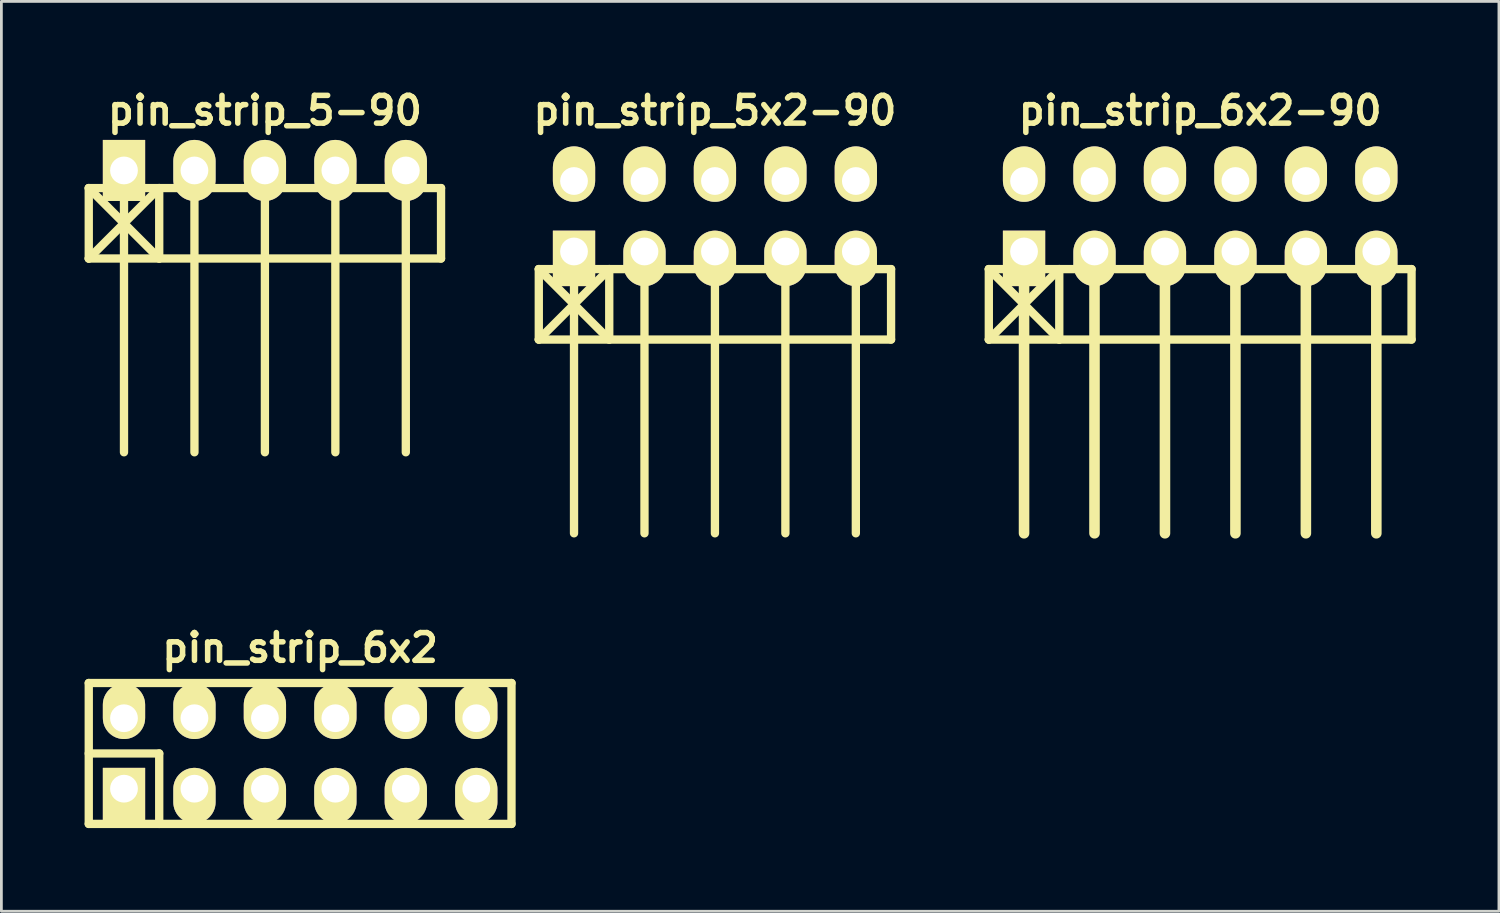
<source format=kicad_pcb>
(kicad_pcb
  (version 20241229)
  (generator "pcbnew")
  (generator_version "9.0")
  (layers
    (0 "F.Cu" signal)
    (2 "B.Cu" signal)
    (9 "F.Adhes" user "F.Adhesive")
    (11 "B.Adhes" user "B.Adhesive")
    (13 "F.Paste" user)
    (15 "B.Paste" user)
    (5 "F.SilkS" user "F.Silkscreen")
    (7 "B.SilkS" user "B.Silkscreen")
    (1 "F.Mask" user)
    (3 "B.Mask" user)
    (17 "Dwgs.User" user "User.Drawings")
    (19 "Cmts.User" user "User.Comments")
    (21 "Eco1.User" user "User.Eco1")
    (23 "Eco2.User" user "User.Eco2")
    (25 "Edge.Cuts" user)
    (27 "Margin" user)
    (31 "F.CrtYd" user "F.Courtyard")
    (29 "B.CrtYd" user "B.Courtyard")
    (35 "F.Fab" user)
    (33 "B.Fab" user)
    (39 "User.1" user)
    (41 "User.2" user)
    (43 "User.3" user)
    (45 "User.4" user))
  (footprint "pin_strip_6x2"
    (layer "F.Cu")
    (at 7.77 24.113)
    (property "Reference" "pin_strip_6x2" (at 0 -3.81 0) (layer "F.SilkS") (effects (font (size 1 1) (thickness 0.2))))
    (attr through_hole)
    (fp_line (start -7.62 -2.54) (end -7.62 2.54) (stroke (width 0.3) (type solid)) (layer "F.SilkS"))
    (fp_line (start -7.62 -2.54) (end 7.62 -2.54) (stroke (width 0.3) (type solid)) (layer "F.SilkS"))
    (fp_line (start -7.62 0) (end -5.08 0) (stroke (width 0.3) (type solid)) (layer "F.SilkS"))
    (fp_line (start -5.08 0) (end -5.08 2.54) (stroke (width 0.3) (type solid)) (layer "F.SilkS"))
    (fp_line (start 7.62 -2.54) (end 7.62 2.54) (stroke (width 0.3) (type solid)) (layer "F.SilkS"))
    (fp_line (start 7.62 2.54) (end -7.62 2.54) (stroke (width 0.3) (type solid)) (layer "F.SilkS"))
    (pad "1" thru_hole rect (at -6.35 1.27) (size 1.524 1.999) (drill 1.001 (offset 0 0.249)) (layers "*.Cu" "*.Mask" "F.SilkS"))
    (pad "2" thru_hole oval (at -6.35 -1.27) (size 1.524 1.999) (drill 1.001 (offset 0 -0.249)) (layers "*.Cu" "*.Mask" "F.SilkS"))
    (pad "3" thru_hole oval (at -3.81 1.27) (size 1.524 1.999) (drill 1.001 (offset 0 0.249)) (layers "*.Cu" "*.Mask" "F.SilkS"))
    (pad "4" thru_hole oval (at -3.81 -1.27) (size 1.524 1.999) (drill 1.001 (offset 0 -0.249)) (layers "*.Cu" "*.Mask" "F.SilkS"))
    (pad "5" thru_hole oval (at -1.27 1.27) (size 1.524 1.999) (drill 1.001 (offset 0 0.249)) (layers "*.Cu" "*.Mask" "F.SilkS"))
    (pad "6" thru_hole oval (at -1.27 -1.27) (size 1.524 1.999) (drill 1.001 (offset 0 -0.249)) (layers "*.Cu" "*.Mask" "F.SilkS"))
    (pad "7" thru_hole oval (at 1.27 1.27) (size 1.524 1.999) (drill 1.001 (offset 0 0.249)) (layers "*.Cu" "*.Mask" "F.SilkS"))
    (pad "8" thru_hole oval (at 1.27 -1.27) (size 1.524 1.999) (drill 1.001 (offset 0 -0.249)) (layers "*.Cu" "*.Mask" "F.SilkS"))
    (pad "9" thru_hole oval (at 3.81 1.27) (size 1.524 1.999) (drill 1.001 (offset 0 0.249)) (layers "*.Cu" "*.Mask" "F.SilkS"))
    (pad "10" thru_hole oval (at 3.81 -1.27) (size 1.524 1.999) (drill 1.001 (offset 0 -0.249)) (layers "*.Cu" "*.Mask" "F.SilkS"))
    (pad "11" thru_hole oval (at 6.35 1.27) (size 1.524 1.999) (drill 1.001 (offset 0 0.249)) (layers "*.Cu" "*.Mask" "F.SilkS"))
    (pad "12" thru_hole oval (at 6.35 -1.27) (size 1.524 1.999) (drill 1.001 (offset 0 -0.249)) (layers "*.Cu" "*.Mask" "F.SilkS")))
  (footprint "pin_strip_6x2-90"
    (layer "F.Cu")
    (at 40.218 4.746)
    (property "Reference" "pin_strip_6x2-90" (at 0 -3.81 0) (layer "F.SilkS") (effects (font (size 1 1) (thickness 0.2))))
    (attr through_hole)
    (fp_line (start -7.62 1.905) (end -5.08 4.445) (stroke (width 0.3) (type solid)) (layer "F.SilkS"))
    (fp_line (start -7.62 1.905) (end 7.62 1.905) (stroke (width 0.3) (type solid)) (layer "F.SilkS"))
    (fp_line (start -7.62 4.445) (end -7.62 1.905) (stroke (width 0.3) (type solid)) (layer "F.SilkS"))
    (fp_line (start -7.62 4.445) (end -5.08 1.905) (stroke (width 0.3) (type solid)) (layer "F.SilkS"))
    (fp_line (start -6.35 1.27) (end -6.35 11.43) (stroke (width 0.381) (type solid)) (layer "F.SilkS"))
    (fp_line (start -5.08 4.445) (end -5.08 1.905) (stroke (width 0.3) (type solid)) (layer "F.SilkS"))
    (fp_line (start -3.81 1.27) (end -3.81 11.43) (stroke (width 0.381) (type solid)) (layer "F.SilkS"))
    (fp_line (start -1.27 11.43) (end -1.27 1.27) (stroke (width 0.381) (type solid)) (layer "F.SilkS"))
    (fp_line (start 1.27 1.27) (end 1.27 11.43) (stroke (width 0.381) (type solid)) (layer "F.SilkS"))
    (fp_line (start 3.81 1.27) (end 3.81 11.43) (stroke (width 0.381) (type solid)) (layer "F.SilkS"))
    (fp_line (start 6.35 1.27) (end 6.35 11.43) (stroke (width 0.381) (type solid)) (layer "F.SilkS"))
    (fp_line (start 7.62 1.905) (end 7.62 4.445) (stroke (width 0.3) (type solid)) (layer "F.SilkS"))
    (fp_line (start 7.62 4.445) (end -7.62 4.445) (stroke (width 0.3) (type solid)) (layer "F.SilkS"))
    (pad "1" thru_hole rect (at -6.35 1.27) (size 1.524 1.999) (drill 1.001 (offset 0 0.249)) (layers "*.Cu" "*.Mask" "F.SilkS"))
    (pad "2" thru_hole oval (at -6.35 -1.27) (size 1.524 1.999) (drill 1.001 (offset 0 -0.249)) (layers "*.Cu" "*.Mask" "F.SilkS"))
    (pad "3" thru_hole oval (at -3.81 1.27) (size 1.524 1.999) (drill 1.001 (offset 0 0.249)) (layers "*.Cu" "*.Mask" "F.SilkS"))
    (pad "4" thru_hole oval (at -3.81 -1.27) (size 1.524 1.999) (drill 1.001 (offset 0 -0.249)) (layers "*.Cu" "*.Mask" "F.SilkS"))
    (pad "5" thru_hole oval (at -1.27 1.27) (size 1.524 1.999) (drill 1.001 (offset 0 0.249)) (layers "*.Cu" "*.Mask" "F.SilkS"))
    (pad "6" thru_hole oval (at -1.27 -1.27) (size 1.524 1.999) (drill 1.001 (offset 0 -0.249)) (layers "*.Cu" "*.Mask" "F.SilkS"))
    (pad "7" thru_hole oval (at 1.27 1.27) (size 1.524 1.999) (drill 1.001 (offset 0 0.249)) (layers "*.Cu" "*.Mask" "F.SilkS"))
    (pad "8" thru_hole oval (at 1.27 -1.27) (size 1.524 1.999) (drill 1.001 (offset 0 -0.249)) (layers "*.Cu" "*.Mask" "F.SilkS"))
    (pad "9" thru_hole oval (at 3.81 1.27) (size 1.524 1.999) (drill 1.001 (offset 0 0.249)) (layers "*.Cu" "*.Mask" "F.SilkS"))
    (pad "10" thru_hole oval (at 3.81 -1.27) (size 1.524 1.999) (drill 1.001 (offset 0 -0.249)) (layers "*.Cu" "*.Mask" "F.SilkS"))
    (pad "11" thru_hole oval (at 6.35 1.27) (size 1.524 1.999) (drill 1.001 (offset 0 0.249)) (layers "*.Cu" "*.Mask" "F.SilkS"))
    (pad "12" thru_hole oval (at 6.35 -1.27) (size 1.524 1.999) (drill 1.001 (offset 0 -0.249)) (layers "*.Cu" "*.Mask" "F.SilkS")))
  (footprint "pin_strip_5-90"
    (layer "F.Cu")
    (at 6.5 3.095)
    (property "Reference" "pin_strip_5-90" (at 0 -2.159 0) (layer "F.SilkS") (effects (font (size 1 1) (thickness 0.2))))
    (attr through_hole)
    (fp_line (start -6.35 0.635) (end -3.81 3.175) (stroke (width 0.3) (type solid)) (layer "F.SilkS"))
    (fp_line (start -6.35 0.635) (end 6.35 0.635) (stroke (width 0.3) (type solid)) (layer "F.SilkS"))
    (fp_line (start -6.35 3.175) (end -6.35 0.635) (stroke (width 0.3) (type solid)) (layer "F.SilkS"))
    (fp_line (start -5.08 0) (end -5.08 10.16) (stroke (width 0.3) (type solid)) (layer "F.SilkS"))
    (fp_line (start -3.81 0.635) (end -6.35 3.175) (stroke (width 0.3) (type solid)) (layer "F.SilkS"))
    (fp_line (start -3.81 0.635) (end -3.81 3.175) (stroke (width 0.3) (type solid)) (layer "F.SilkS"))
    (fp_line (start -2.54 0) (end -2.54 10.16) (stroke (width 0.3) (type solid)) (layer "F.SilkS"))
    (fp_line (start 0 10.16) (end 0 0) (stroke (width 0.3) (type solid)) (layer "F.SilkS"))
    (fp_line (start 2.54 0) (end 2.54 10.16) (stroke (width 0.3) (type solid)) (layer "F.SilkS"))
    (fp_line (start 5.08 0) (end 5.08 10.16) (stroke (width 0.3) (type solid)) (layer "F.SilkS"))
    (fp_line (start 6.35 0.635) (end 6.35 3.175) (stroke (width 0.3) (type solid)) (layer "F.SilkS"))
    (fp_line (start 6.35 3.175) (end -6.35 3.175) (stroke (width 0.3) (type solid)) (layer "F.SilkS"))
    (pad "1" thru_hole rect (at -5.08 0) (size 1.524 2.2) (drill 1.001) (layers "*.Cu" "*.Mask" "F.SilkS"))
    (pad "2" thru_hole oval (at -2.54 0) (size 1.524 2.2) (drill 1.001) (layers "*.Cu" "*.Mask" "F.SilkS"))
    (pad "3" thru_hole oval (at 0 0) (size 1.524 2.2) (drill 1.001) (layers "*.Cu" "*.Mask" "F.SilkS"))
    (pad "4" thru_hole oval (at 2.54 0) (size 1.524 2.2) (drill 1.001) (layers "*.Cu" "*.Mask" "F.SilkS"))
    (pad "5" thru_hole oval (at 5.08 0) (size 1.524 2.2) (drill 1.001) (layers "*.Cu" "*.Mask" "F.SilkS")))
  (footprint "pin_strip_5x2-90"
    (layer "F.Cu")
    (at 22.724 4.746)
    (property "Reference" "pin_strip_5x2-90" (at 0 -3.81 0) (layer "F.SilkS") (effects (font (size 1 1) (thickness 0.2))))
    (attr through_hole)
    (fp_line (start -6.35 1.905) (end -3.81 4.445) (stroke (width 0.3) (type solid)) (layer "F.SilkS"))
    (fp_line (start -6.35 1.905) (end 6.35 1.905) (stroke (width 0.3) (type solid)) (layer "F.SilkS"))
    (fp_line (start -6.35 4.445) (end -6.35 1.905) (stroke (width 0.3) (type solid)) (layer "F.SilkS"))
    (fp_line (start -5.08 1.27) (end -5.08 11.43) (stroke (width 0.3) (type solid)) (layer "F.SilkS"))
    (fp_line (start -3.81 1.905) (end -6.35 4.445) (stroke (width 0.3) (type solid)) (layer "F.SilkS"))
    (fp_line (start -3.81 4.445) (end -3.81 1.905) (stroke (width 0.3) (type solid)) (layer "F.SilkS"))
    (fp_line (start -2.54 1.27) (end -2.54 11.43) (stroke (width 0.3) (type solid)) (layer "F.SilkS"))
    (fp_line (start 0 11.43) (end 0 1.27) (stroke (width 0.3) (type solid)) (layer "F.SilkS"))
    (fp_line (start 2.54 1.27) (end 2.54 11.43) (stroke (width 0.3) (type solid)) (layer "F.SilkS"))
    (fp_line (start 5.08 1.27) (end 5.08 11.43) (stroke (width 0.3) (type solid)) (layer "F.SilkS"))
    (fp_line (start 6.35 1.905) (end 6.35 4.445) (stroke (width 0.3) (type solid)) (layer "F.SilkS"))
    (fp_line (start 6.35 4.445) (end -6.35 4.445) (stroke (width 0.3) (type solid)) (layer "F.SilkS"))
    (pad "1" thru_hole rect (at -5.08 1.27) (size 1.524 1.999) (drill 1.001 (offset 0 0.249)) (layers "*.Cu" "*.Mask" "F.SilkS"))
    (pad "2" thru_hole oval (at -5.08 -1.27) (size 1.524 1.999) (drill 1.001 (offset 0 -0.249)) (layers "*.Cu" "*.Mask" "F.SilkS"))
    (pad "3" thru_hole oval (at -2.54 1.27) (size 1.524 1.999) (drill 1.001 (offset 0 0.249)) (layers "*.Cu" "*.Mask" "F.SilkS"))
    (pad "4" thru_hole oval (at -2.54 -1.27) (size 1.524 1.999) (drill 1.001 (offset 0 -0.249)) (layers "*.Cu" "*.Mask" "F.SilkS"))
    (pad "5" thru_hole oval (at 0 1.27) (size 1.524 1.999) (drill 1.001 (offset 0 0.249)) (layers "*.Cu" "*.Mask" "F.SilkS"))
    (pad "6" thru_hole oval (at 0 -1.27) (size 1.524 1.999) (drill 1.001 (offset 0 -0.249)) (layers "*.Cu" "*.Mask" "F.SilkS"))
    (pad "7" thru_hole oval (at 2.54 1.27) (size 1.524 1.999) (drill 1.001 (offset 0 0.249)) (layers "*.Cu" "*.Mask" "F.SilkS"))
    (pad "8" thru_hole oval (at 2.54 -1.27) (size 1.524 1.999) (drill 1.001 (offset 0 -0.249)) (layers "*.Cu" "*.Mask" "F.SilkS"))
    (pad "9" thru_hole oval (at 5.08 1.27) (size 1.524 1.999) (drill 1.001 (offset 0 0.249)) (layers "*.Cu" "*.Mask" "F.SilkS"))
    (pad "10" thru_hole oval (at 5.08 -1.27) (size 1.524 1.999) (drill 1.001 (offset 0 -0.249)) (layers "*.Cu" "*.Mask" "F.SilkS")))
  (gr_rect
    (start -3 -3)
    (end 50.988 29.802)
    (stroke (width 0.1) (type default))
    (fill no)
    (layer "Edge.Cuts")))
</source>
